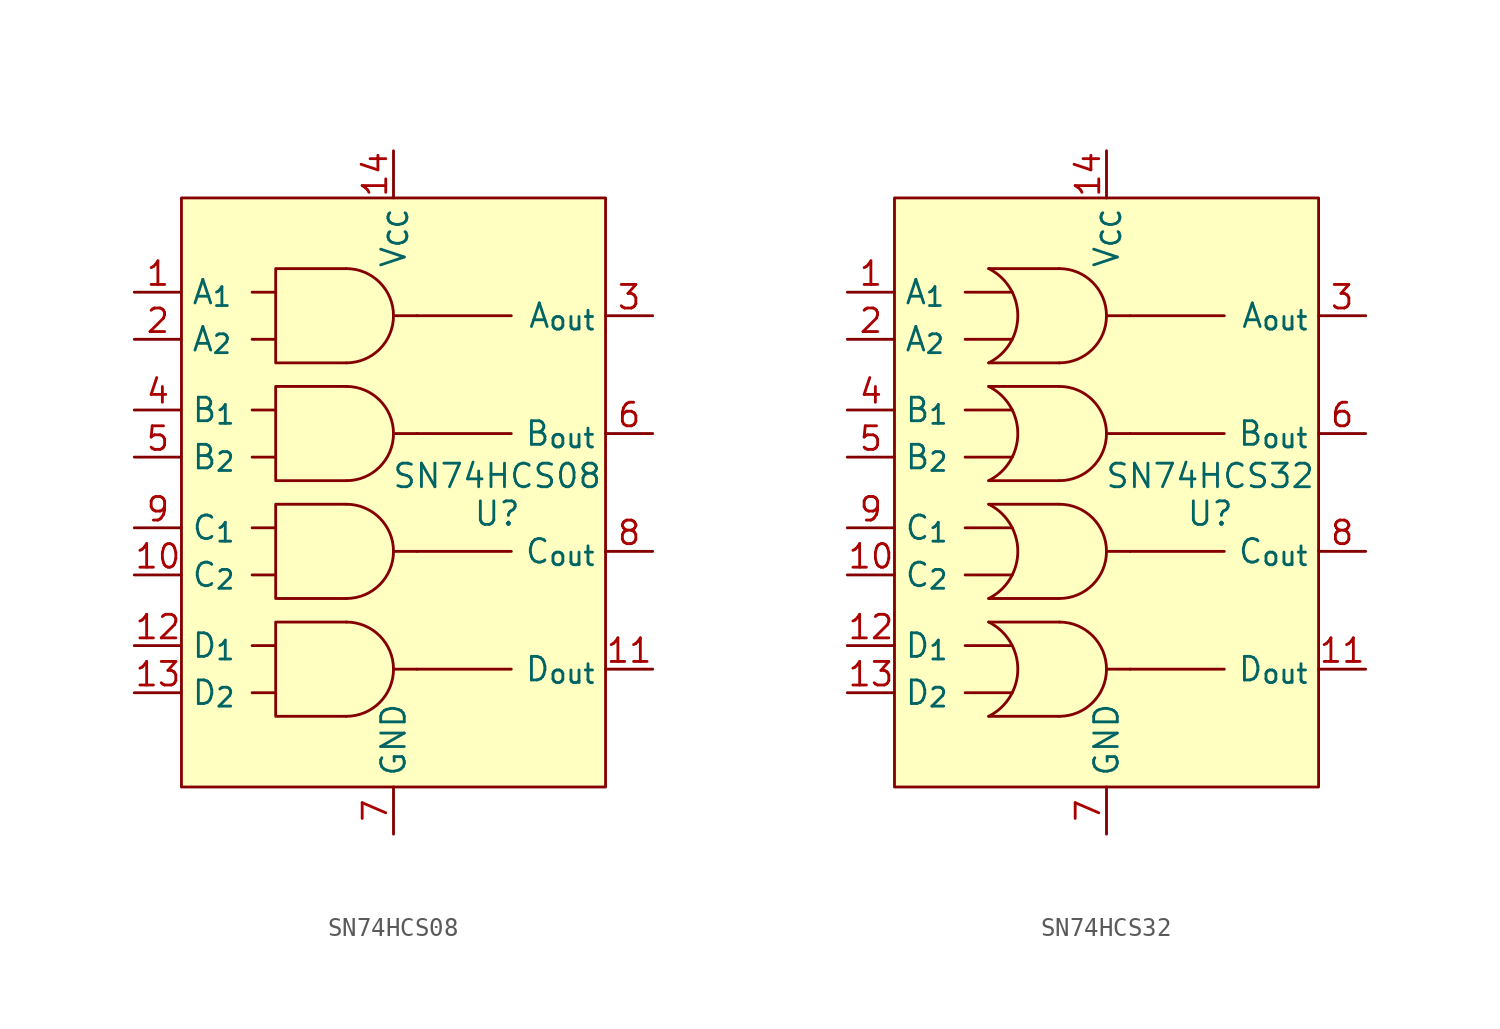
<source format=kicad_sym>
(kicad_symbol_lib
  (version 20231120)
  (generator "kicad_symbol_editor")
  (generator_version "8.0")
  (symbol "SN74HCS08"
    (property "Reference" "U"
      (at 5.588 -1.778 0)
      (effects (font (size 1.27 1.27))))
    (property "Value" "SN74HCS08"
      (at 5.588 0.254 0)
      (effects (font (size 1.27 1.27))))
    (symbol "SN74HCS08_0_1"
      (polyline (pts (xy -2.54 -7.62) (xy -6.35 -7.62) (xy -6.35 -12.7) (xy -2.54 -12.7)) (stroke (width 0) (type default)) (fill (type none)))
      (polyline (pts (xy -2.54 -1.27) (xy -6.35 -1.27) (xy -6.35 -6.35) (xy -2.54 -6.35)) (stroke (width 0) (type default)) (fill (type none)))
      (polyline (pts (xy -2.54 5.08) (xy -6.35 5.08) (xy -6.35 0) (xy -2.54 0)) (stroke (width 0) (type default)) (fill (type none)))
      (polyline (pts (xy -2.54 11.43) (xy -6.35 11.43) (xy -6.35 6.35) (xy -2.54 6.35)) (stroke (width 0) (type default)) (fill (type none))))
    (symbol "SN74HCS08_1_1"
      (rectangle (start -11.43 15.24) (end 11.43 -16.51) (stroke (width 0) (type default)) (fill (type background)))
      (arc (start -2.54 -12.7) (mid 0 -10.16) (end -2.54 -7.62) (stroke (width 0) (type default)) (fill (type none)))
      (arc (start -2.54 -6.35) (mid 0 -3.81) (end -2.54 -1.27) (stroke (width 0) (type default)) (fill (type none)))
      (arc (start -2.54 0) (mid 0 2.54) (end -2.54 5.08) (stroke (width 0) (type default)) (fill (type none)))
      (arc (start -2.54 6.35) (mid 0 8.89) (end -2.54 11.43) (stroke (width 0) (type default)) (fill (type none)))
      (polyline (pts (xy -7.62 -11.43) (xy -6.35 -11.43)) (stroke (width 0) (type default)) (fill (type none)))
      (polyline (pts (xy -7.62 -8.89) (xy -6.35 -8.89)) (stroke (width 0) (type default)) (fill (type none)))
      (polyline (pts (xy -7.62 -5.08) (xy -6.35 -5.08)) (stroke (width 0) (type default)) (fill (type none)))
      (polyline (pts (xy -7.62 -2.54) (xy -6.35 -2.54)) (stroke (width 0) (type default)) (fill (type none)))
      (polyline (pts (xy -7.62 1.27) (xy -6.35 1.27)) (stroke (width 0) (type default)) (fill (type none)))
      (polyline (pts (xy -7.62 3.81) (xy -6.35 3.81)) (stroke (width 0) (type default)) (fill (type none)))
      (polyline (pts (xy -7.62 7.62) (xy -6.35 7.62)) (stroke (width 0) (type default)) (fill (type none)))
      (polyline (pts (xy -7.62 10.16) (xy -6.35 10.16)) (stroke (width 0) (type default)) (fill (type none)))
      (polyline (pts (xy 0 -10.16) (xy 1.27 -10.16)) (stroke (width 0) (type default)) (fill (type none)))
      (polyline (pts (xy 0 -3.81) (xy 1.27 -3.81)) (stroke (width 0) (type default)) (fill (type none)))
      (polyline (pts (xy 0 2.54) (xy 1.27 2.54)) (stroke (width 0) (type default)) (fill (type none)))
      (polyline (pts (xy 0 8.89) (xy 1.27 8.89)) (stroke (width 0) (type default)) (fill (type none)))
      (polyline (pts (xy 1.27 -10.16) (xy 6.35 -10.16)) (stroke (width 0) (type default)) (fill (type none)))
      (polyline (pts (xy 1.27 -3.81) (xy 6.35 -3.81)) (stroke (width 0) (type default)) (fill (type none)))
      (polyline (pts (xy 1.27 2.54) (xy 6.35 2.54)) (stroke (width 0) (type default)) (fill (type none)))
      (polyline (pts (xy 1.27 8.89) (xy 6.35 8.89)) (stroke (width 0) (type default)) (fill (type none)))
      (pin input line (at -13.97 10.16 0) (length 2.54) (name "A_{1}" (effects (font (size 1.27 1.27)))) (number "1" (effects (font (size 1.27 1.27)))))
      (pin input line (at -13.97 -5.08 0) (length 2.54) (name "C_{2}" (effects (font (size 1.27 1.27)))) (number "10" (effects (font (size 1.27 1.27)))))
      (pin output line (at 13.97 -10.16 180) (length 2.54) (name "D_{out}" (effects (font (size 1.27 1.27)))) (number "11" (effects (font (size 1.27 1.27)))))
      (pin input line (at -13.97 -8.89 0) (length 2.54) (name "D_{1}" (effects (font (size 1.27 1.27)))) (number "12" (effects (font (size 1.27 1.27)))))
      (pin input line (at -13.97 -11.43 0) (length 2.54) (name "D_{2}" (effects (font (size 1.27 1.27)))) (number "13" (effects (font (size 1.27 1.27)))))
      (pin power_in line (at 0 17.78 270) (length 2.54) (name "V_{CC}" (effects (font (size 1.27 1.27)))) (number "14" (effects (font (size 1.27 1.27)))))
      (pin input line (at -13.97 7.62 0) (length 2.54) (name "A_{2}" (effects (font (size 1.27 1.27)))) (number "2" (effects (font (size 1.27 1.27)))))
      (pin output line (at 13.97 8.89 180) (length 2.54) (name "A_{out}" (effects (font (size 1.27 1.27)))) (number "3" (effects (font (size 1.27 1.27)))))
      (pin input line (at -13.97 3.81 0) (length 2.54) (name "B_{1}" (effects (font (size 1.27 1.27)))) (number "4" (effects (font (size 1.27 1.27)))))
      (pin input line (at -13.97 1.27 0) (length 2.54) (name "B_{2}" (effects (font (size 1.27 1.27)))) (number "5" (effects (font (size 1.27 1.27)))))
      (pin output line (at 13.97 2.54 180) (length 2.54) (name "B_{out}" (effects (font (size 1.27 1.27)))) (number "6" (effects (font (size 1.27 1.27)))))
      (pin power_in line (at 0 -19.05 90) (length 2.54) (name "GND" (effects (font (size 1.27 1.27)))) (number "7" (effects (font (size 1.27 1.27)))))
      (pin output line (at 13.97 -3.81 180) (length 2.54) (name "C_{out}" (effects (font (size 1.27 1.27)))) (number "8" (effects (font (size 1.27 1.27)))))
      (pin input line (at -13.97 -2.54 0) (length 2.54) (name "C_{1}" (effects (font (size 1.27 1.27)))) (number "9" (effects (font (size 1.27 1.27)))))))
  (symbol "SN74HCS32"
    (property "Reference" "U"
      (at 5.588 -1.778 0)
      (effects (font (size 1.27 1.27))))
    (property "Value" "SN74HCS32"
      (at 5.588 0.254 0)
      (effects (font (size 1.27 1.27))))
    (symbol "SN74HCS32_0_1"
      (arc (start -6.35 -12.7) (mid -4.7802 -10.16) (end -6.35 -7.62) (stroke (width 0) (type default)) (fill (type none)))
      (arc (start -6.35 -6.35) (mid -4.7802 -3.81) (end -6.35 -1.27) (stroke (width 0) (type default)) (fill (type none)))
      (arc (start -6.35 0) (mid -4.7802 2.54) (end -6.35 5.08) (stroke (width 0) (type default)) (fill (type none)))
      (arc (start -6.35 6.35) (mid -4.7802 8.89) (end -6.35 11.43) (stroke (width 0) (type default)) (fill (type none)))
      (arc (start -2.54 -12.7) (mid 0 -10.16) (end -2.54 -7.62) (stroke (width 0) (type default)) (fill (type none)))
      (arc (start -2.54 -6.35) (mid 0 -3.81) (end -2.54 -1.27) (stroke (width 0) (type default)) (fill (type none)))
      (arc (start -2.54 0) (mid 0 2.54) (end -2.54 5.08) (stroke (width 0) (type default)) (fill (type none)))
      (arc (start -2.54 6.35) (mid 0 8.89) (end -2.54 11.43) (stroke (width 0) (type default)) (fill (type none)))
      (polyline (pts (xy -6.35 -7.62) (xy -2.54 -7.62)) (stroke (width 0) (type default)) (fill (type none)))
      (polyline (pts (xy -6.35 -1.27) (xy -2.54 -1.27)) (stroke (width 0) (type default)) (fill (type none)))
      (polyline (pts (xy -6.35 5.08) (xy -2.54 5.08)) (stroke (width 0) (type default)) (fill (type none)))
      (polyline (pts (xy -6.35 11.43) (xy -2.54 11.43)) (stroke (width 0) (type default)) (fill (type none)))
      (polyline (pts (xy -2.54 -12.7) (xy -6.35 -12.7)) (stroke (width 0) (type default)) (fill (type none)))
      (polyline (pts (xy -2.54 -6.35) (xy -6.35 -6.35)) (stroke (width 0) (type default)) (fill (type none)))
      (polyline (pts (xy -2.54 0) (xy -6.35 0)) (stroke (width 0) (type default)) (fill (type none)))
      (polyline (pts (xy -2.54 6.35) (xy -6.35 6.35)) (stroke (width 0) (type default)) (fill (type none))))
    (symbol "SN74HCS32_1_1"
      (rectangle (start -11.428 15.24) (end 11.432 -16.51) (stroke (width 0) (type default)) (fill (type background)))
      (polyline (pts (xy -7.62 -11.43) (xy -5.08 -11.43)) (stroke (width 0) (type default)) (fill (type none)))
      (polyline (pts (xy -7.62 -8.89) (xy -5.08 -8.89)) (stroke (width 0) (type default)) (fill (type none)))
      (polyline (pts (xy -7.62 -5.08) (xy -5.08 -5.08)) (stroke (width 0) (type default)) (fill (type none)))
      (polyline (pts (xy -7.62 -2.54) (xy -5.08 -2.54)) (stroke (width 0) (type default)) (fill (type none)))
      (polyline (pts (xy -7.62 1.27) (xy -5.08 1.27)) (stroke (width 0) (type default)) (fill (type none)))
      (polyline (pts (xy -7.62 3.81) (xy -5.08 3.81)) (stroke (width 0) (type default)) (fill (type none)))
      (polyline (pts (xy -7.62 7.62) (xy -5.08 7.62)) (stroke (width 0) (type default)) (fill (type none)))
      (polyline (pts (xy -7.62 10.16) (xy -5.08 10.16)) (stroke (width 0) (type default)) (fill (type none)))
      (polyline (pts (xy 0 -10.16) (xy 1.27 -10.16)) (stroke (width 0) (type default)) (fill (type none)))
      (polyline (pts (xy 0 -3.81) (xy 1.27 -3.81)) (stroke (width 0) (type default)) (fill (type none)))
      (polyline (pts (xy 0 2.54) (xy 1.27 2.54)) (stroke (width 0) (type default)) (fill (type none)))
      (polyline (pts (xy 0 8.89) (xy 1.27 8.89)) (stroke (width 0) (type default)) (fill (type none)))
      (polyline (pts (xy 1.27 -10.16) (xy 6.35 -10.16)) (stroke (width 0) (type default)) (fill (type none)))
      (polyline (pts (xy 1.27 -3.81) (xy 6.35 -3.81)) (stroke (width 0) (type default)) (fill (type none)))
      (polyline (pts (xy 1.27 2.54) (xy 6.35 2.54)) (stroke (width 0) (type default)) (fill (type none)))
      (polyline (pts (xy 1.27 8.89) (xy 6.35 8.89)) (stroke (width 0) (type default)) (fill (type none)))
      (pin input line (at -13.97 10.16 0) (length 2.54) (name "A_{1}" (effects (font (size 1.27 1.27)))) (number "1" (effects (font (size 1.27 1.27)))))
      (pin input line (at -13.97 -5.08 0) (length 2.54) (name "C_{2}" (effects (font (size 1.27 1.27)))) (number "10" (effects (font (size 1.27 1.27)))))
      (pin output line (at 13.97 -10.16 180) (length 2.54) (name "D_{out}" (effects (font (size 1.27 1.27)))) (number "11" (effects (font (size 1.27 1.27)))))
      (pin input line (at -13.97 -8.89 0) (length 2.54) (name "D_{1}" (effects (font (size 1.27 1.27)))) (number "12" (effects (font (size 1.27 1.27)))))
      (pin input line (at -13.97 -11.43 0) (length 2.54) (name "D_{2}" (effects (font (size 1.27 1.27)))) (number "13" (effects (font (size 1.27 1.27)))))
      (pin power_in line (at 0 17.78 270) (length 2.54) (name "V_{CC}" (effects (font (size 1.27 1.27)))) (number "14" (effects (font (size 1.27 1.27)))))
      (pin input line (at -13.97 7.62 0) (length 2.54) (name "A_{2}" (effects (font (size 1.27 1.27)))) (number "2" (effects (font (size 1.27 1.27)))))
      (pin output line (at 13.97 8.89 180) (length 2.54) (name "A_{out}" (effects (font (size 1.27 1.27)))) (number "3" (effects (font (size 1.27 1.27)))))
      (pin input line (at -13.97 3.81 0) (length 2.54) (name "B_{1}" (effects (font (size 1.27 1.27)))) (number "4" (effects (font (size 1.27 1.27)))))
      (pin input line (at -13.97 1.27 0) (length 2.54) (name "B_{2}" (effects (font (size 1.27 1.27)))) (number "5" (effects (font (size 1.27 1.27)))))
      (pin output line (at 13.97 2.54 180) (length 2.54) (name "B_{out}" (effects (font (size 1.27 1.27)))) (number "6" (effects (font (size 1.27 1.27)))))
      (pin power_in line (at 0 -19.05 90) (length 2.54) (name "GND" (effects (font (size 1.27 1.27)))) (number "7" (effects (font (size 1.27 1.27)))))
      (pin output line (at 13.97 -3.81 180) (length 2.54) (name "C_{out}" (effects (font (size 1.27 1.27)))) (number "8" (effects (font (size 1.27 1.27)))))
      (pin input line (at -13.97 -2.54 0) (length 2.54) (name "C_{1}" (effects (font (size 1.27 1.27)))) (number "9" (effects (font (size 1.27 1.27))))))))
</source>
